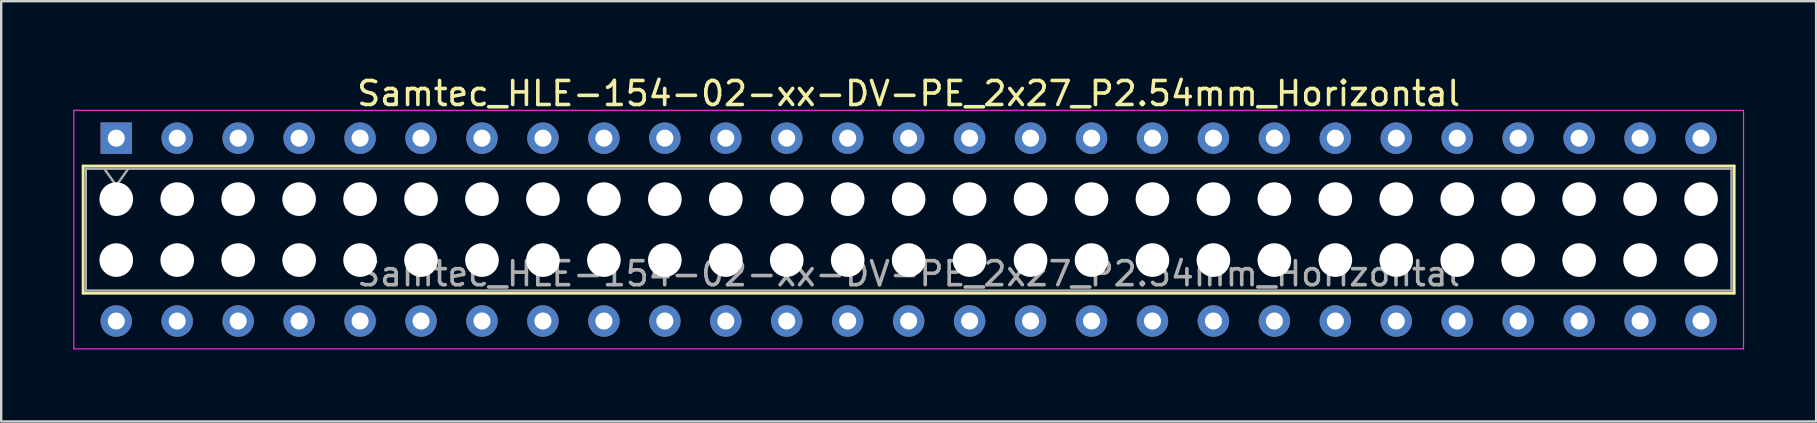
<source format=kicad_pcb>
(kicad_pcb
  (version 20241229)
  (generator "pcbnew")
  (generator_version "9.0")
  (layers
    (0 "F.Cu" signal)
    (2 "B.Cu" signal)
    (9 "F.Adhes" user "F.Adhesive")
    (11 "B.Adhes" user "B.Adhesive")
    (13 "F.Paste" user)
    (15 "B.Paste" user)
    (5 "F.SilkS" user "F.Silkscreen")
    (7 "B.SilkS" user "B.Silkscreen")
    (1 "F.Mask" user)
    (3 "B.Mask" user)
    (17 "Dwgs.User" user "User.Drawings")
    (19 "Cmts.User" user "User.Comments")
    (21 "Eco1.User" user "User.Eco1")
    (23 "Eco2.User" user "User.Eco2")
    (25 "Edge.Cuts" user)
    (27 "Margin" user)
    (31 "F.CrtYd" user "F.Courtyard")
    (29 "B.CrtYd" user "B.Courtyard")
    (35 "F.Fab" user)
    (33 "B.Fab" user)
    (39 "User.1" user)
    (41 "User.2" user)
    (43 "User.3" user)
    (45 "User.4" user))
  (footprint "Samtec_HLE-154-02-xx-DV-PE_2x27_P2.54mm_Horizontal"
    (layer "F.Cu")
    (at 1.795 2.708)
    (property "Reference" "Samtec_HLE-154-02-xx-DV-PE_2x27_P2.54mm_Horizontal" (at 33.02 -1.86 0) (layer "F.SilkS") (effects (font (size 1 1) (thickness 0.15))))
    (attr through_hole)
    (fp_line (start -1.38 1.16) (end 67.42 1.16) (stroke (width 0.12) (type solid)) (layer "F.SilkS"))
    (fp_line (start -1.38 6.46) (end -1.38 1.16) (stroke (width 0.12) (type solid)) (layer "F.SilkS"))
    (fp_line (start 67.42 1.16) (end 67.42 6.46) (stroke (width 0.12) (type solid)) (layer "F.SilkS"))
    (fp_line (start 67.42 6.46) (end -1.38 6.46) (stroke (width 0.12) (type solid)) (layer "F.SilkS"))
    (fp_line (start -1.77 -1.16) (end 67.81 -1.16) (stroke (width 0.05) (type solid)) (layer "F.CrtYd"))
    (fp_line (start -1.77 8.78) (end -1.77 -1.16) (stroke (width 0.05) (type solid)) (layer "F.CrtYd"))
    (fp_line (start 67.81 -1.16) (end 67.81 8.78) (stroke (width 0.05) (type solid)) (layer "F.CrtYd"))
    (fp_line (start 67.81 8.78) (end -1.77 8.78) (stroke (width 0.05) (type solid)) (layer "F.CrtYd"))
    (fp_line (start -1.27 1.27) (end 67.31 1.27) (stroke (width 0.1) (type solid)) (layer "F.Fab"))
    (fp_line (start -1.27 6.35) (end -1.27 1.27) (stroke (width 0.1) (type solid)) (layer "F.Fab"))
    (fp_line (start -0.5 1.27) (end 0 1.977) (stroke (width 0.1) (type solid)) (layer "F.Fab"))
    (fp_line (start 0 1.977) (end 0.5 1.27) (stroke (width 0.1) (type solid)) (layer "F.Fab"))
    (fp_line (start 67.31 1.27) (end 67.31 6.35) (stroke (width 0.1) (type solid)) (layer "F.Fab"))
    (fp_line (start 67.31 6.35) (end -1.27 6.35) (stroke (width 0.1) (type solid)) (layer "F.Fab"))
    (fp_text user "${REFERENCE}" (at 33.02 5.65 0) (layer "F.Fab") (effects (font (size 1 1) (thickness 0.15))))
    (pad "" np_thru_hole circle (at 0 2.54) (size 1.4 1.4) (drill 1.4) (layers "*.Cu" "*.Mask"))
    (pad "" np_thru_hole circle (at 0 5.08) (size 1.4 1.4) (drill 1.4) (layers "*.Cu" "*.Mask"))
    (pad "" np_thru_hole circle (at 2.54 2.54) (size 1.4 1.4) (drill 1.4) (layers "*.Cu" "*.Mask"))
    (pad "" np_thru_hole circle (at 2.54 5.08) (size 1.4 1.4) (drill 1.4) (layers "*.Cu" "*.Mask"))
    (pad "" np_thru_hole circle (at 5.08 2.54) (size 1.4 1.4) (drill 1.4) (layers "*.Cu" "*.Mask"))
    (pad "" np_thru_hole circle (at 5.08 5.08) (size 1.4 1.4) (drill 1.4) (layers "*.Cu" "*.Mask"))
    (pad "" np_thru_hole circle (at 7.62 2.54) (size 1.4 1.4) (drill 1.4) (layers "*.Cu" "*.Mask"))
    (pad "" np_thru_hole circle (at 7.62 5.08) (size 1.4 1.4) (drill 1.4) (layers "*.Cu" "*.Mask"))
    (pad "" np_thru_hole circle (at 10.16 2.54) (size 1.4 1.4) (drill 1.4) (layers "*.Cu" "*.Mask"))
    (pad "" np_thru_hole circle (at 10.16 5.08) (size 1.4 1.4) (drill 1.4) (layers "*.Cu" "*.Mask"))
    (pad "" np_thru_hole circle (at 12.7 2.54) (size 1.4 1.4) (drill 1.4) (layers "*.Cu" "*.Mask"))
    (pad "" np_thru_hole circle (at 12.7 5.08) (size 1.4 1.4) (drill 1.4) (layers "*.Cu" "*.Mask"))
    (pad "" np_thru_hole circle (at 15.24 2.54) (size 1.4 1.4) (drill 1.4) (layers "*.Cu" "*.Mask"))
    (pad "" np_thru_hole circle (at 15.24 5.08) (size 1.4 1.4) (drill 1.4) (layers "*.Cu" "*.Mask"))
    (pad "" np_thru_hole circle (at 17.78 2.54) (size 1.4 1.4) (drill 1.4) (layers "*.Cu" "*.Mask"))
    (pad "" np_thru_hole circle (at 17.78 5.08) (size 1.4 1.4) (drill 1.4) (layers "*.Cu" "*.Mask"))
    (pad "" np_thru_hole circle (at 20.32 2.54) (size 1.4 1.4) (drill 1.4) (layers "*.Cu" "*.Mask"))
    (pad "" np_thru_hole circle (at 20.32 5.08) (size 1.4 1.4) (drill 1.4) (layers "*.Cu" "*.Mask"))
    (pad "" np_thru_hole circle (at 22.86 2.54) (size 1.4 1.4) (drill 1.4) (layers "*.Cu" "*.Mask"))
    (pad "" np_thru_hole circle (at 22.86 5.08) (size 1.4 1.4) (drill 1.4) (layers "*.Cu" "*.Mask"))
    (pad "" np_thru_hole circle (at 25.4 2.54) (size 1.4 1.4) (drill 1.4) (layers "*.Cu" "*.Mask"))
    (pad "" np_thru_hole circle (at 25.4 5.08) (size 1.4 1.4) (drill 1.4) (layers "*.Cu" "*.Mask"))
    (pad "" np_thru_hole circle (at 27.94 2.54) (size 1.4 1.4) (drill 1.4) (layers "*.Cu" "*.Mask"))
    (pad "" np_thru_hole circle (at 27.94 5.08) (size 1.4 1.4) (drill 1.4) (layers "*.Cu" "*.Mask"))
    (pad "" np_thru_hole circle (at 30.48 2.54) (size 1.4 1.4) (drill 1.4) (layers "*.Cu" "*.Mask"))
    (pad "" np_thru_hole circle (at 30.48 5.08) (size 1.4 1.4) (drill 1.4) (layers "*.Cu" "*.Mask"))
    (pad "" np_thru_hole circle (at 33.02 2.54) (size 1.4 1.4) (drill 1.4) (layers "*.Cu" "*.Mask"))
    (pad "" np_thru_hole circle (at 33.02 5.08) (size 1.4 1.4) (drill 1.4) (layers "*.Cu" "*.Mask"))
    (pad "" np_thru_hole circle (at 35.56 2.54) (size 1.4 1.4) (drill 1.4) (layers "*.Cu" "*.Mask"))
    (pad "" np_thru_hole circle (at 35.56 5.08) (size 1.4 1.4) (drill 1.4) (layers "*.Cu" "*.Mask"))
    (pad "" np_thru_hole circle (at 38.1 2.54) (size 1.4 1.4) (drill 1.4) (layers "*.Cu" "*.Mask"))
    (pad "" np_thru_hole circle (at 38.1 5.08) (size 1.4 1.4) (drill 1.4) (layers "*.Cu" "*.Mask"))
    (pad "" np_thru_hole circle (at 40.64 2.54) (size 1.4 1.4) (drill 1.4) (layers "*.Cu" "*.Mask"))
    (pad "" np_thru_hole circle (at 40.64 5.08) (size 1.4 1.4) (drill 1.4) (layers "*.Cu" "*.Mask"))
    (pad "" np_thru_hole circle (at 43.18 2.54) (size 1.4 1.4) (drill 1.4) (layers "*.Cu" "*.Mask"))
    (pad "" np_thru_hole circle (at 43.18 5.08) (size 1.4 1.4) (drill 1.4) (layers "*.Cu" "*.Mask"))
    (pad "" np_thru_hole circle (at 45.72 2.54) (size 1.4 1.4) (drill 1.4) (layers "*.Cu" "*.Mask"))
    (pad "" np_thru_hole circle (at 45.72 5.08) (size 1.4 1.4) (drill 1.4) (layers "*.Cu" "*.Mask"))
    (pad "" np_thru_hole circle (at 48.26 2.54) (size 1.4 1.4) (drill 1.4) (layers "*.Cu" "*.Mask"))
    (pad "" np_thru_hole circle (at 48.26 5.08) (size 1.4 1.4) (drill 1.4) (layers "*.Cu" "*.Mask"))
    (pad "" np_thru_hole circle (at 50.8 2.54) (size 1.4 1.4) (drill 1.4) (layers "*.Cu" "*.Mask"))
    (pad "" np_thru_hole circle (at 50.8 5.08) (size 1.4 1.4) (drill 1.4) (layers "*.Cu" "*.Mask"))
    (pad "" np_thru_hole circle (at 53.34 2.54) (size 1.4 1.4) (drill 1.4) (layers "*.Cu" "*.Mask"))
    (pad "" np_thru_hole circle (at 53.34 5.08) (size 1.4 1.4) (drill 1.4) (layers "*.Cu" "*.Mask"))
    (pad "" np_thru_hole circle (at 55.88 2.54) (size 1.4 1.4) (drill 1.4) (layers "*.Cu" "*.Mask"))
    (pad "" np_thru_hole circle (at 55.88 5.08) (size 1.4 1.4) (drill 1.4) (layers "*.Cu" "*.Mask"))
    (pad "" np_thru_hole circle (at 58.42 2.54) (size 1.4 1.4) (drill 1.4) (layers "*.Cu" "*.Mask"))
    (pad "" np_thru_hole circle (at 58.42 5.08) (size 1.4 1.4) (drill 1.4) (layers "*.Cu" "*.Mask"))
    (pad "" np_thru_hole circle (at 60.96 2.54) (size 1.4 1.4) (drill 1.4) (layers "*.Cu" "*.Mask"))
    (pad "" np_thru_hole circle (at 60.96 5.08) (size 1.4 1.4) (drill 1.4) (layers "*.Cu" "*.Mask"))
    (pad "" np_thru_hole circle (at 63.5 2.54) (size 1.4 1.4) (drill 1.4) (layers "*.Cu" "*.Mask"))
    (pad "" np_thru_hole circle (at 63.5 5.08) (size 1.4 1.4) (drill 1.4) (layers "*.Cu" "*.Mask"))
    (pad "" np_thru_hole circle (at 66.04 2.54) (size 1.4 1.4) (drill 1.4) (layers "*.Cu" "*.Mask"))
    (pad "" np_thru_hole circle (at 66.04 5.08) (size 1.4 1.4) (drill 1.4) (layers "*.Cu" "*.Mask"))
    (pad "1" thru_hole rect (at 0 0) (size 1.31 1.31) (drill 0.71) (layers "*.Cu" "*.Mask"))
    (pad "2" thru_hole circle (at 0 7.62) (size 1.31 1.31) (drill 0.71) (layers "*.Cu" "*.Mask"))
    (pad "3" thru_hole circle (at 2.54 0) (size 1.31 1.31) (drill 0.71) (layers "*.Cu" "*.Mask"))
    (pad "4" thru_hole circle (at 2.54 7.62) (size 1.31 1.31) (drill 0.71) (layers "*.Cu" "*.Mask"))
    (pad "5" thru_hole circle (at 5.08 0) (size 1.31 1.31) (drill 0.71) (layers "*.Cu" "*.Mask"))
    (pad "6" thru_hole circle (at 5.08 7.62) (size 1.31 1.31) (drill 0.71) (layers "*.Cu" "*.Mask"))
    (pad "7" thru_hole circle (at 7.62 0) (size 1.31 1.31) (drill 0.71) (layers "*.Cu" "*.Mask"))
    (pad "8" thru_hole circle (at 7.62 7.62) (size 1.31 1.31) (drill 0.71) (layers "*.Cu" "*.Mask"))
    (pad "9" thru_hole circle (at 10.16 0) (size 1.31 1.31) (drill 0.71) (layers "*.Cu" "*.Mask"))
    (pad "10" thru_hole circle (at 10.16 7.62) (size 1.31 1.31) (drill 0.71) (layers "*.Cu" "*.Mask"))
    (pad "11" thru_hole circle (at 12.7 0) (size 1.31 1.31) (drill 0.71) (layers "*.Cu" "*.Mask"))
    (pad "12" thru_hole circle (at 12.7 7.62) (size 1.31 1.31) (drill 0.71) (layers "*.Cu" "*.Mask"))
    (pad "13" thru_hole circle (at 15.24 0) (size 1.31 1.31) (drill 0.71) (layers "*.Cu" "*.Mask"))
    (pad "14" thru_hole circle (at 15.24 7.62) (size 1.31 1.31) (drill 0.71) (layers "*.Cu" "*.Mask"))
    (pad "15" thru_hole circle (at 17.78 0) (size 1.31 1.31) (drill 0.71) (layers "*.Cu" "*.Mask"))
    (pad "16" thru_hole circle (at 17.78 7.62) (size 1.31 1.31) (drill 0.71) (layers "*.Cu" "*.Mask"))
    (pad "17" thru_hole circle (at 20.32 0) (size 1.31 1.31) (drill 0.71) (layers "*.Cu" "*.Mask"))
    (pad "18" thru_hole circle (at 20.32 7.62) (size 1.31 1.31) (drill 0.71) (layers "*.Cu" "*.Mask"))
    (pad "19" thru_hole circle (at 22.86 0) (size 1.31 1.31) (drill 0.71) (layers "*.Cu" "*.Mask"))
    (pad "20" thru_hole circle (at 22.86 7.62) (size 1.31 1.31) (drill 0.71) (layers "*.Cu" "*.Mask"))
    (pad "21" thru_hole circle (at 25.4 0) (size 1.31 1.31) (drill 0.71) (layers "*.Cu" "*.Mask"))
    (pad "22" thru_hole circle (at 25.4 7.62) (size 1.31 1.31) (drill 0.71) (layers "*.Cu" "*.Mask"))
    (pad "23" thru_hole circle (at 27.94 0) (size 1.31 1.31) (drill 0.71) (layers "*.Cu" "*.Mask"))
    (pad "24" thru_hole circle (at 27.94 7.62) (size 1.31 1.31) (drill 0.71) (layers "*.Cu" "*.Mask"))
    (pad "25" thru_hole circle (at 30.48 0) (size 1.31 1.31) (drill 0.71) (layers "*.Cu" "*.Mask"))
    (pad "26" thru_hole circle (at 30.48 7.62) (size 1.31 1.31) (drill 0.71) (layers "*.Cu" "*.Mask"))
    (pad "27" thru_hole circle (at 33.02 0) (size 1.31 1.31) (drill 0.71) (layers "*.Cu" "*.Mask"))
    (pad "28" thru_hole circle (at 33.02 7.62) (size 1.31 1.31) (drill 0.71) (layers "*.Cu" "*.Mask"))
    (pad "29" thru_hole circle (at 35.56 0) (size 1.31 1.31) (drill 0.71) (layers "*.Cu" "*.Mask"))
    (pad "30" thru_hole circle (at 35.56 7.62) (size 1.31 1.31) (drill 0.71) (layers "*.Cu" "*.Mask"))
    (pad "31" thru_hole circle (at 38.1 0) (size 1.31 1.31) (drill 0.71) (layers "*.Cu" "*.Mask"))
    (pad "32" thru_hole circle (at 38.1 7.62) (size 1.31 1.31) (drill 0.71) (layers "*.Cu" "*.Mask"))
    (pad "33" thru_hole circle (at 40.64 0) (size 1.31 1.31) (drill 0.71) (layers "*.Cu" "*.Mask"))
    (pad "34" thru_hole circle (at 40.64 7.62) (size 1.31 1.31) (drill 0.71) (layers "*.Cu" "*.Mask"))
    (pad "35" thru_hole circle (at 43.18 0) (size 1.31 1.31) (drill 0.71) (layers "*.Cu" "*.Mask"))
    (pad "36" thru_hole circle (at 43.18 7.62) (size 1.31 1.31) (drill 0.71) (layers "*.Cu" "*.Mask"))
    (pad "37" thru_hole circle (at 45.72 0) (size 1.31 1.31) (drill 0.71) (layers "*.Cu" "*.Mask"))
    (pad "38" thru_hole circle (at 45.72 7.62) (size 1.31 1.31) (drill 0.71) (layers "*.Cu" "*.Mask"))
    (pad "39" thru_hole circle (at 48.26 0) (size 1.31 1.31) (drill 0.71) (layers "*.Cu" "*.Mask"))
    (pad "40" thru_hole circle (at 48.26 7.62) (size 1.31 1.31) (drill 0.71) (layers "*.Cu" "*.Mask"))
    (pad "41" thru_hole circle (at 50.8 0) (size 1.31 1.31) (drill 0.71) (layers "*.Cu" "*.Mask"))
    (pad "42" thru_hole circle (at 50.8 7.62) (size 1.31 1.31) (drill 0.71) (layers "*.Cu" "*.Mask"))
    (pad "43" thru_hole circle (at 53.34 0) (size 1.31 1.31) (drill 0.71) (layers "*.Cu" "*.Mask"))
    (pad "44" thru_hole circle (at 53.34 7.62) (size 1.31 1.31) (drill 0.71) (layers "*.Cu" "*.Mask"))
    (pad "45" thru_hole circle (at 55.88 0) (size 1.31 1.31) (drill 0.71) (layers "*.Cu" "*.Mask"))
    (pad "46" thru_hole circle (at 55.88 7.62) (size 1.31 1.31) (drill 0.71) (layers "*.Cu" "*.Mask"))
    (pad "47" thru_hole circle (at 58.42 0) (size 1.31 1.31) (drill 0.71) (layers "*.Cu" "*.Mask"))
    (pad "48" thru_hole circle (at 58.42 7.62) (size 1.31 1.31) (drill 0.71) (layers "*.Cu" "*.Mask"))
    (pad "49" thru_hole circle (at 60.96 0) (size 1.31 1.31) (drill 0.71) (layers "*.Cu" "*.Mask"))
    (pad "50" thru_hole circle (at 60.96 7.62) (size 1.31 1.31) (drill 0.71) (layers "*.Cu" "*.Mask"))
    (pad "51" thru_hole circle (at 63.5 0) (size 1.31 1.31) (drill 0.71) (layers "*.Cu" "*.Mask"))
    (pad "52" thru_hole circle (at 63.5 7.62) (size 1.31 1.31) (drill 0.71) (layers "*.Cu" "*.Mask"))
    (pad "53" thru_hole circle (at 66.04 0) (size 1.31 1.31) (drill 0.71) (layers "*.Cu" "*.Mask"))
    (pad "54" thru_hole circle (at 66.04 7.62) (size 1.31 1.31) (drill 0.71) (layers "*.Cu" "*.Mask")))
  (gr_rect
    (start -3 -3)
    (end 72.63 14.513)
    (stroke (width 0.1) (type default))
    (fill no)
    (layer "Edge.Cuts")))
</source>
